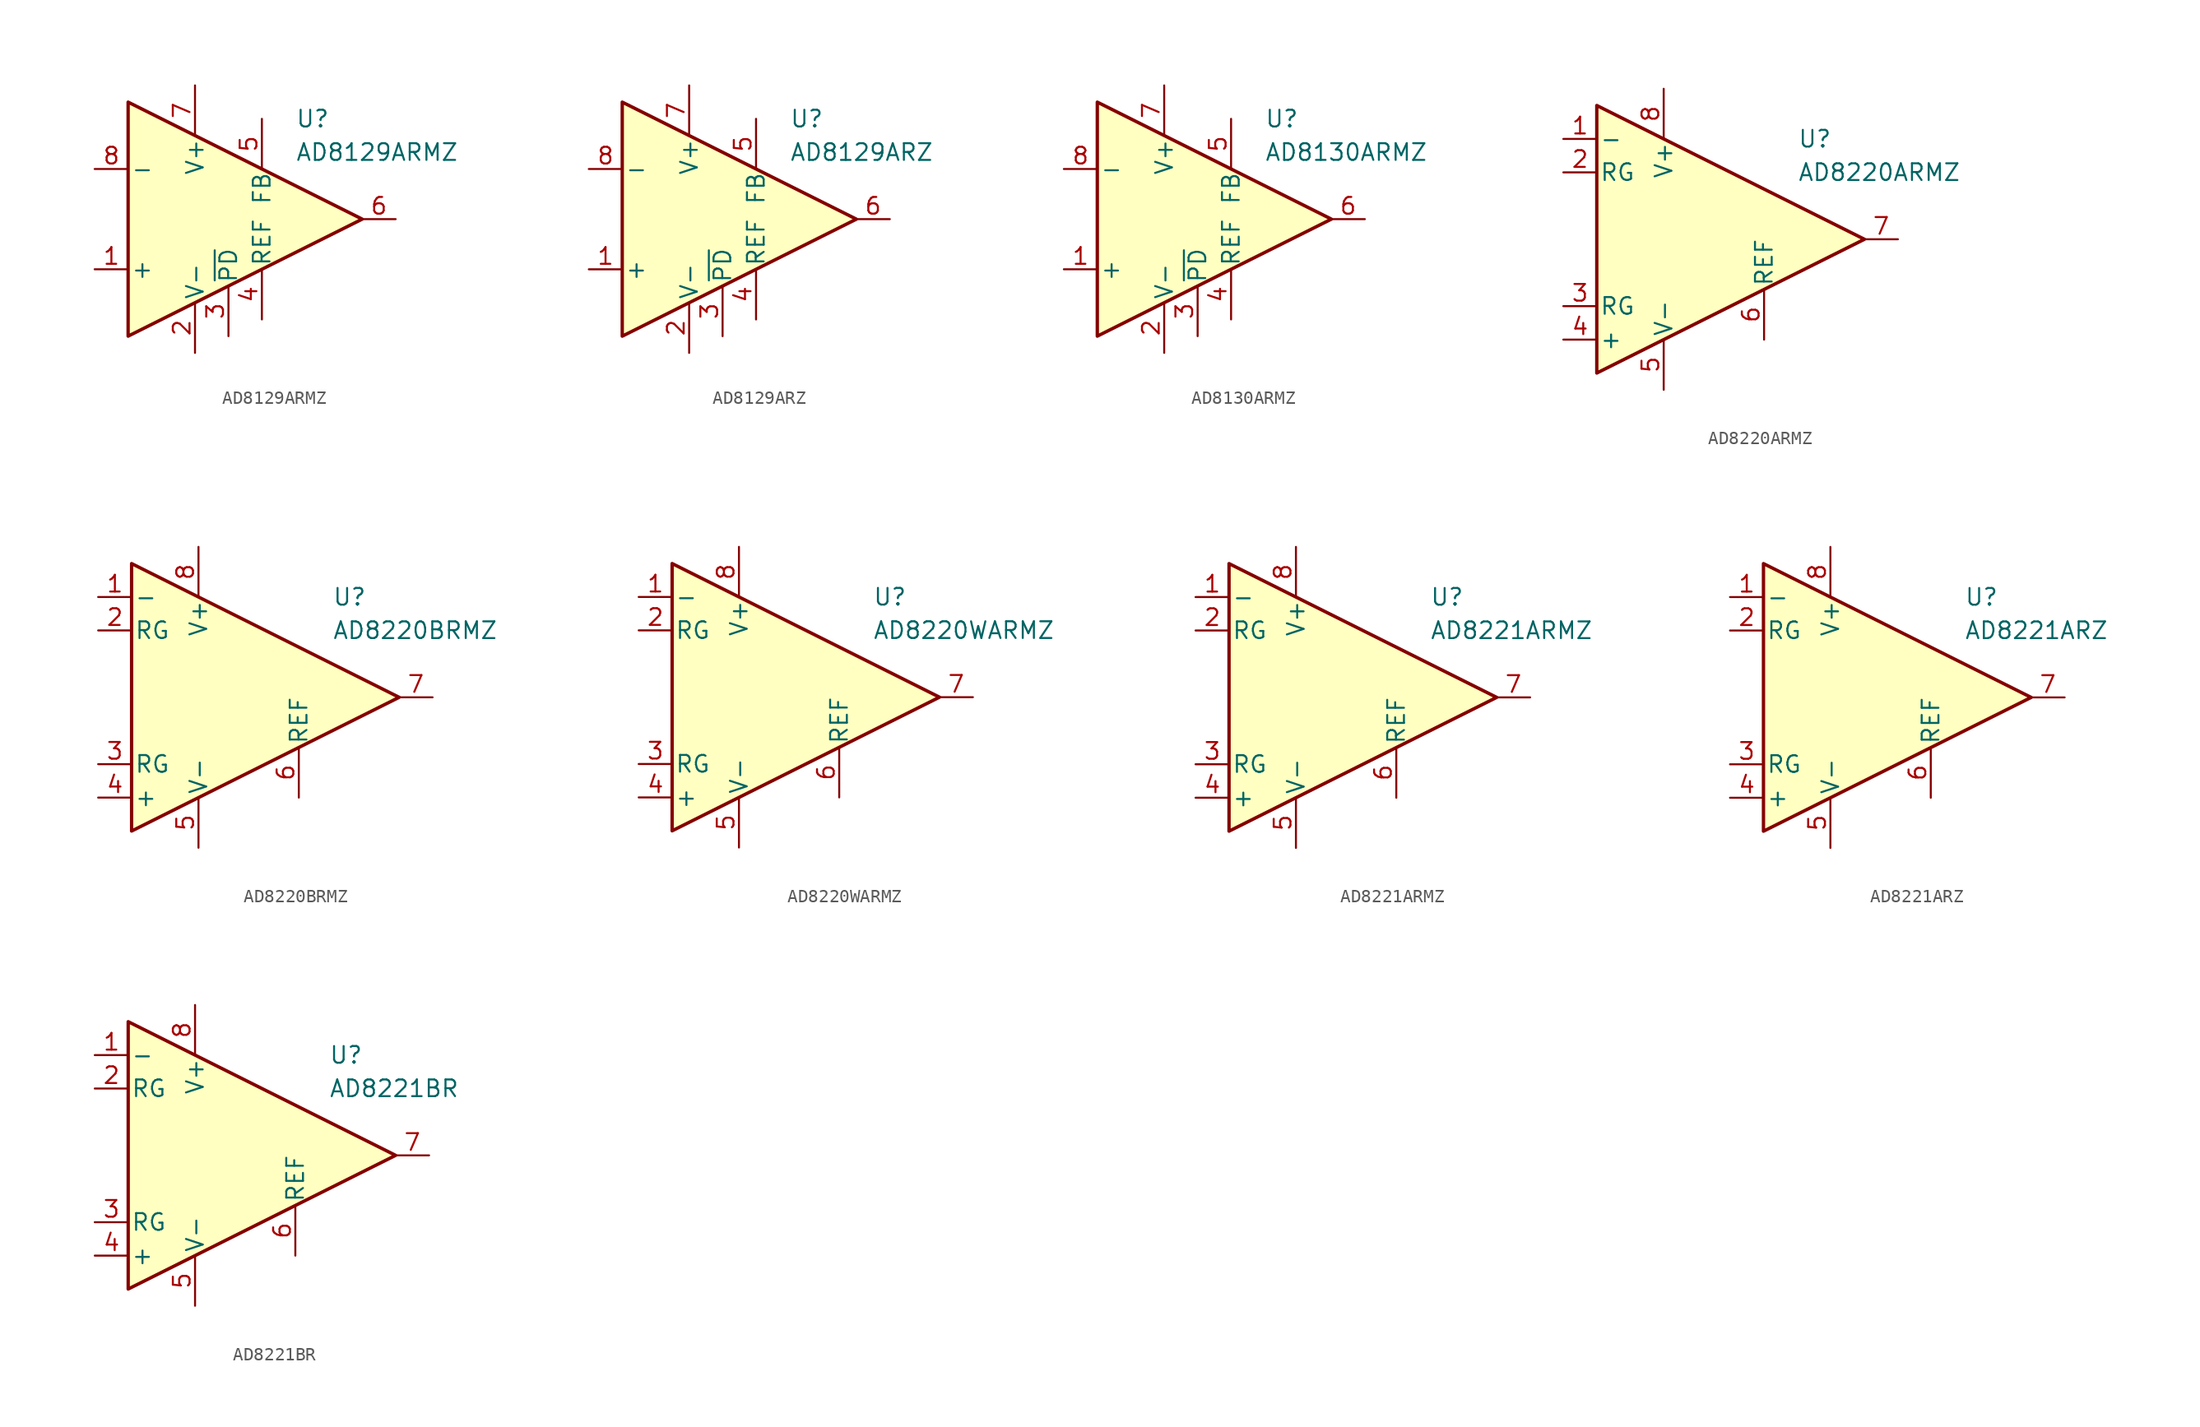
<source format=kicad_sym>
(kicad_symbol_lib
  (version 20231120)
  (generator "kicad_symbol_editor")
  (generator_version "8.0")
  (symbol "AD8129ARMZ"
    (pin_names
      (offset 0.2))
    (property "Reference" "U"
      (at 6.35 7.62 0)
      (effects (font (size 1.27 1.27)) (justify left)))
    (property "Value" "AD8129ARMZ"
      (at 6.35 5.08 0)
      (effects (font (size 1.27 1.27)) (justify left)))
    (symbol "AD8129ARMZ_0_1"
      (polyline (pts (xy -6.35 8.89) (xy -6.35 -8.89) (xy 11.43 0) (xy -6.35 8.89)) (stroke (width 0.254) (type default)) (fill (type background))))
    (symbol "AD8129ARMZ_1_1"
      (pin input line (at -8.89 -3.81 0) (length 2.54) (name "+" (effects (font (size 1.27 1.27)))) (number "1" (effects (font (size 1.27 1.27)))))
      (pin power_in line (at -1.27 -10.16 90) (length 3.81) (name "V-" (effects (font (size 1.27 1.27)))) (number "2" (effects (font (size 1.27 1.27)))))
      (pin input line (at 1.27 -8.89 90) (length 3.81) (name "~{PD}" (effects (font (size 1.27 1.27)))) (number "3" (effects (font (size 1.27 1.27)))))
      (pin input line (at 3.81 -7.62 90) (length 3.81) (name "REF" (effects (font (size 1.27 1.27)))) (number "4" (effects (font (size 1.27 1.27)))))
      (pin input line (at 3.81 7.62 270) (length 3.81) (name "FB" (effects (font (size 1.27 1.27)))) (number "5" (effects (font (size 1.27 1.27)))))
      (pin output line (at 13.97 0 180) (length 2.54) (name "~" (effects (font (size 1.27 1.27)))) (number "6" (effects (font (size 1.27 1.27)))))
      (pin power_in line (at -1.27 10.16 270) (length 3.81) (name "V+" (effects (font (size 1.27 1.27)))) (number "7" (effects (font (size 1.27 1.27)))))
      (pin input line (at -8.89 3.81 0) (length 2.54) (name "-" (effects (font (size 1.27 1.27)))) (number "8" (effects (font (size 1.27 1.27)))))))
  (symbol "AD8129ARZ"
    (pin_names
      (offset 0.2))
    (property "Reference" "U"
      (at 6.35 7.62 0)
      (effects (font (size 1.27 1.27)) (justify left)))
    (property "Value" "AD8129ARZ"
      (at 6.35 5.08 0)
      (effects (font (size 1.27 1.27)) (justify left)))
    (symbol "AD8129ARZ_0_1"
      (polyline (pts (xy -6.35 8.89) (xy -6.35 -8.89) (xy 11.43 0) (xy -6.35 8.89)) (stroke (width 0.254) (type default)) (fill (type background))))
    (symbol "AD8129ARZ_1_1"
      (pin input line (at -8.89 -3.81 0) (length 2.54) (name "+" (effects (font (size 1.27 1.27)))) (number "1" (effects (font (size 1.27 1.27)))))
      (pin power_in line (at -1.27 -10.16 90) (length 3.81) (name "V-" (effects (font (size 1.27 1.27)))) (number "2" (effects (font (size 1.27 1.27)))))
      (pin input line (at 1.27 -8.89 90) (length 3.81) (name "~{PD}" (effects (font (size 1.27 1.27)))) (number "3" (effects (font (size 1.27 1.27)))))
      (pin input line (at 3.81 -7.62 90) (length 3.81) (name "REF" (effects (font (size 1.27 1.27)))) (number "4" (effects (font (size 1.27 1.27)))))
      (pin input line (at 3.81 7.62 270) (length 3.81) (name "FB" (effects (font (size 1.27 1.27)))) (number "5" (effects (font (size 1.27 1.27)))))
      (pin output line (at 13.97 0 180) (length 2.54) (name "~" (effects (font (size 1.27 1.27)))) (number "6" (effects (font (size 1.27 1.27)))))
      (pin power_in line (at -1.27 10.16 270) (length 3.81) (name "V+" (effects (font (size 1.27 1.27)))) (number "7" (effects (font (size 1.27 1.27)))))
      (pin input line (at -8.89 3.81 0) (length 2.54) (name "-" (effects (font (size 1.27 1.27)))) (number "8" (effects (font (size 1.27 1.27)))))))
  (symbol "AD8130ARMZ"
    (pin_names
      (offset 0.2))
    (property "Reference" "U"
      (at 6.35 7.62 0)
      (effects (font (size 1.27 1.27)) (justify left)))
    (property "Value" "AD8130ARMZ"
      (at 6.35 5.08 0)
      (effects (font (size 1.27 1.27)) (justify left)))
    (symbol "AD8130ARMZ_0_1"
      (polyline (pts (xy -6.35 8.89) (xy -6.35 -8.89) (xy 11.43 0) (xy -6.35 8.89)) (stroke (width 0.254) (type default)) (fill (type background))))
    (symbol "AD8130ARMZ_1_1"
      (pin input line (at -8.89 -3.81 0) (length 2.54) (name "+" (effects (font (size 1.27 1.27)))) (number "1" (effects (font (size 1.27 1.27)))))
      (pin power_in line (at -1.27 -10.16 90) (length 3.81) (name "V-" (effects (font (size 1.27 1.27)))) (number "2" (effects (font (size 1.27 1.27)))))
      (pin input line (at 1.27 -8.89 90) (length 3.81) (name "~{PD}" (effects (font (size 1.27 1.27)))) (number "3" (effects (font (size 1.27 1.27)))))
      (pin input line (at 3.81 -7.62 90) (length 3.81) (name "REF" (effects (font (size 1.27 1.27)))) (number "4" (effects (font (size 1.27 1.27)))))
      (pin input line (at 3.81 7.62 270) (length 3.81) (name "FB" (effects (font (size 1.27 1.27)))) (number "5" (effects (font (size 1.27 1.27)))))
      (pin output line (at 13.97 0 180) (length 2.54) (name "~" (effects (font (size 1.27 1.27)))) (number "6" (effects (font (size 1.27 1.27)))))
      (pin power_in line (at -1.27 10.16 270) (length 3.81) (name "V+" (effects (font (size 1.27 1.27)))) (number "7" (effects (font (size 1.27 1.27)))))
      (pin input line (at -8.89 3.81 0) (length 2.54) (name "-" (effects (font (size 1.27 1.27)))) (number "8" (effects (font (size 1.27 1.27)))))))
  (symbol "AD8220ARMZ"
    (pin_names
      (offset 0.2))
    (property "Reference" "U"
      (at 6.35 7.62 0)
      (effects (font (size 1.27 1.27)) (justify left)))
    (property "Value" "AD8220ARMZ"
      (at 6.35 5.08 0)
      (effects (font (size 1.27 1.27)) (justify left)))
    (symbol "AD8220ARMZ_0_1"
      (polyline (pts (xy -8.89 10.16) (xy -8.89 -10.16) (xy 11.43 0) (xy -8.89 10.16)) (stroke (width 0.254) (type default)) (fill (type background))))
    (symbol "AD8220ARMZ_1_1"
      (pin input line (at -11.43 7.62 0) (length 2.54) (name "-" (effects (font (size 1.27 1.27)))) (number "1" (effects (font (size 1.27 1.27)))))
      (pin passive line (at -11.43 5.08 0) (length 2.54) (name "RG" (effects (font (size 1.27 1.27)))) (number "2" (effects (font (size 1.27 1.27)))))
      (pin passive line (at -11.43 -5.08 0) (length 2.54) (name "RG" (effects (font (size 1.27 1.27)))) (number "3" (effects (font (size 1.27 1.27)))))
      (pin input line (at -11.43 -7.62 0) (length 2.54) (name "+" (effects (font (size 1.27 1.27)))) (number "4" (effects (font (size 1.27 1.27)))))
      (pin power_in line (at -3.81 -11.43 90) (length 3.81) (name "V-" (effects (font (size 1.27 1.27)))) (number "5" (effects (font (size 1.27 1.27)))))
      (pin input line (at 3.81 -7.62 90) (length 3.81) (name "REF" (effects (font (size 1.27 1.27)))) (number "6" (effects (font (size 1.27 1.27)))))
      (pin output line (at 13.97 0 180) (length 2.54) (name "~" (effects (font (size 1.27 1.27)))) (number "7" (effects (font (size 1.27 1.27)))))
      (pin power_in line (at -3.81 11.43 270) (length 3.81) (name "V+" (effects (font (size 1.27 1.27)))) (number "8" (effects (font (size 1.27 1.27)))))))
  (symbol "AD8220BRMZ"
    (pin_names
      (offset 0.2))
    (property "Reference" "U"
      (at 6.35 7.62 0)
      (effects (font (size 1.27 1.27)) (justify left)))
    (property "Value" "AD8220BRMZ"
      (at 6.35 5.08 0)
      (effects (font (size 1.27 1.27)) (justify left)))
    (symbol "AD8220BRMZ_0_1"
      (polyline (pts (xy -8.89 10.16) (xy -8.89 -10.16) (xy 11.43 0) (xy -8.89 10.16)) (stroke (width 0.254) (type default)) (fill (type background))))
    (symbol "AD8220BRMZ_1_1"
      (pin input line (at -11.43 7.62 0) (length 2.54) (name "-" (effects (font (size 1.27 1.27)))) (number "1" (effects (font (size 1.27 1.27)))))
      (pin passive line (at -11.43 5.08 0) (length 2.54) (name "RG" (effects (font (size 1.27 1.27)))) (number "2" (effects (font (size 1.27 1.27)))))
      (pin passive line (at -11.43 -5.08 0) (length 2.54) (name "RG" (effects (font (size 1.27 1.27)))) (number "3" (effects (font (size 1.27 1.27)))))
      (pin input line (at -11.43 -7.62 0) (length 2.54) (name "+" (effects (font (size 1.27 1.27)))) (number "4" (effects (font (size 1.27 1.27)))))
      (pin power_in line (at -3.81 -11.43 90) (length 3.81) (name "V-" (effects (font (size 1.27 1.27)))) (number "5" (effects (font (size 1.27 1.27)))))
      (pin input line (at 3.81 -7.62 90) (length 3.81) (name "REF" (effects (font (size 1.27 1.27)))) (number "6" (effects (font (size 1.27 1.27)))))
      (pin output line (at 13.97 0 180) (length 2.54) (name "~" (effects (font (size 1.27 1.27)))) (number "7" (effects (font (size 1.27 1.27)))))
      (pin power_in line (at -3.81 11.43 270) (length 3.81) (name "V+" (effects (font (size 1.27 1.27)))) (number "8" (effects (font (size 1.27 1.27)))))))
  (symbol "AD8220WARMZ"
    (pin_names
      (offset 0.2))
    (property "Reference" "U"
      (at 6.35 7.62 0)
      (effects (font (size 1.27 1.27)) (justify left)))
    (property "Value" "AD8220WARMZ"
      (at 6.35 5.08 0)
      (effects (font (size 1.27 1.27)) (justify left)))
    (symbol "AD8220WARMZ_0_1"
      (polyline (pts (xy -8.89 10.16) (xy -8.89 -10.16) (xy 11.43 0) (xy -8.89 10.16)) (stroke (width 0.254) (type default)) (fill (type background))))
    (symbol "AD8220WARMZ_1_1"
      (pin input line (at -11.43 7.62 0) (length 2.54) (name "-" (effects (font (size 1.27 1.27)))) (number "1" (effects (font (size 1.27 1.27)))))
      (pin passive line (at -11.43 5.08 0) (length 2.54) (name "RG" (effects (font (size 1.27 1.27)))) (number "2" (effects (font (size 1.27 1.27)))))
      (pin passive line (at -11.43 -5.08 0) (length 2.54) (name "RG" (effects (font (size 1.27 1.27)))) (number "3" (effects (font (size 1.27 1.27)))))
      (pin input line (at -11.43 -7.62 0) (length 2.54) (name "+" (effects (font (size 1.27 1.27)))) (number "4" (effects (font (size 1.27 1.27)))))
      (pin power_in line (at -3.81 -11.43 90) (length 3.81) (name "V-" (effects (font (size 1.27 1.27)))) (number "5" (effects (font (size 1.27 1.27)))))
      (pin input line (at 3.81 -7.62 90) (length 3.81) (name "REF" (effects (font (size 1.27 1.27)))) (number "6" (effects (font (size 1.27 1.27)))))
      (pin output line (at 13.97 0 180) (length 2.54) (name "~" (effects (font (size 1.27 1.27)))) (number "7" (effects (font (size 1.27 1.27)))))
      (pin power_in line (at -3.81 11.43 270) (length 3.81) (name "V+" (effects (font (size 1.27 1.27)))) (number "8" (effects (font (size 1.27 1.27)))))))
  (symbol "AD8221ARMZ"
    (pin_names
      (offset 0.2))
    (property "Reference" "U"
      (at 6.35 7.62 0)
      (effects (font (size 1.27 1.27)) (justify left)))
    (property "Value" "AD8221ARMZ"
      (at 6.35 5.08 0)
      (effects (font (size 1.27 1.27)) (justify left)))
    (symbol "AD8221ARMZ_0_1"
      (polyline (pts (xy -8.89 10.16) (xy -8.89 -10.16) (xy 11.43 0) (xy -8.89 10.16)) (stroke (width 0.254) (type default)) (fill (type background))))
    (symbol "AD8221ARMZ_1_1"
      (pin input line (at -11.43 7.62 0) (length 2.54) (name "-" (effects (font (size 1.27 1.27)))) (number "1" (effects (font (size 1.27 1.27)))))
      (pin passive line (at -11.43 5.08 0) (length 2.54) (name "RG" (effects (font (size 1.27 1.27)))) (number "2" (effects (font (size 1.27 1.27)))))
      (pin passive line (at -11.43 -5.08 0) (length 2.54) (name "RG" (effects (font (size 1.27 1.27)))) (number "3" (effects (font (size 1.27 1.27)))))
      (pin input line (at -11.43 -7.62 0) (length 2.54) (name "+" (effects (font (size 1.27 1.27)))) (number "4" (effects (font (size 1.27 1.27)))))
      (pin power_in line (at -3.81 -11.43 90) (length 3.81) (name "V-" (effects (font (size 1.27 1.27)))) (number "5" (effects (font (size 1.27 1.27)))))
      (pin input line (at 3.81 -7.62 90) (length 3.81) (name "REF" (effects (font (size 1.27 1.27)))) (number "6" (effects (font (size 1.27 1.27)))))
      (pin output line (at 13.97 0 180) (length 2.54) (name "~" (effects (font (size 1.27 1.27)))) (number "7" (effects (font (size 1.27 1.27)))))
      (pin power_in line (at -3.81 11.43 270) (length 3.81) (name "V+" (effects (font (size 1.27 1.27)))) (number "8" (effects (font (size 1.27 1.27)))))))
  (symbol "AD8221ARZ"
    (pin_names
      (offset 0.2))
    (property "Reference" "U"
      (at 6.35 7.62 0)
      (effects (font (size 1.27 1.27)) (justify left)))
    (property "Value" "AD8221ARZ"
      (at 6.35 5.08 0)
      (effects (font (size 1.27 1.27)) (justify left)))
    (symbol "AD8221ARZ_0_1"
      (polyline (pts (xy -8.89 10.16) (xy -8.89 -10.16) (xy 11.43 0) (xy -8.89 10.16)) (stroke (width 0.254) (type default)) (fill (type background))))
    (symbol "AD8221ARZ_1_1"
      (pin input line (at -11.43 7.62 0) (length 2.54) (name "-" (effects (font (size 1.27 1.27)))) (number "1" (effects (font (size 1.27 1.27)))))
      (pin passive line (at -11.43 5.08 0) (length 2.54) (name "RG" (effects (font (size 1.27 1.27)))) (number "2" (effects (font (size 1.27 1.27)))))
      (pin passive line (at -11.43 -5.08 0) (length 2.54) (name "RG" (effects (font (size 1.27 1.27)))) (number "3" (effects (font (size 1.27 1.27)))))
      (pin input line (at -11.43 -7.62 0) (length 2.54) (name "+" (effects (font (size 1.27 1.27)))) (number "4" (effects (font (size 1.27 1.27)))))
      (pin power_in line (at -3.81 -11.43 90) (length 3.81) (name "V-" (effects (font (size 1.27 1.27)))) (number "5" (effects (font (size 1.27 1.27)))))
      (pin input line (at 3.81 -7.62 90) (length 3.81) (name "REF" (effects (font (size 1.27 1.27)))) (number "6" (effects (font (size 1.27 1.27)))))
      (pin output line (at 13.97 0 180) (length 2.54) (name "~" (effects (font (size 1.27 1.27)))) (number "7" (effects (font (size 1.27 1.27)))))
      (pin power_in line (at -3.81 11.43 270) (length 3.81) (name "V+" (effects (font (size 1.27 1.27)))) (number "8" (effects (font (size 1.27 1.27)))))))
  (symbol "AD8221BR"
    (pin_names
      (offset 0.2))
    (property "Reference" "U"
      (at 6.35 7.62 0)
      (effects (font (size 1.27 1.27)) (justify left)))
    (property "Value" "AD8221BR"
      (at 6.35 5.08 0)
      (effects (font (size 1.27 1.27)) (justify left)))
    (symbol "AD8221BR_0_1"
      (polyline (pts (xy -8.89 10.16) (xy -8.89 -10.16) (xy 11.43 0) (xy -8.89 10.16)) (stroke (width 0.254) (type default)) (fill (type background))))
    (symbol "AD8221BR_1_1"
      (pin input line (at -11.43 7.62 0) (length 2.54) (name "-" (effects (font (size 1.27 1.27)))) (number "1" (effects (font (size 1.27 1.27)))))
      (pin passive line (at -11.43 5.08 0) (length 2.54) (name "RG" (effects (font (size 1.27 1.27)))) (number "2" (effects (font (size 1.27 1.27)))))
      (pin passive line (at -11.43 -5.08 0) (length 2.54) (name "RG" (effects (font (size 1.27 1.27)))) (number "3" (effects (font (size 1.27 1.27)))))
      (pin input line (at -11.43 -7.62 0) (length 2.54) (name "+" (effects (font (size 1.27 1.27)))) (number "4" (effects (font (size 1.27 1.27)))))
      (pin power_in line (at -3.81 -11.43 90) (length 3.81) (name "V-" (effects (font (size 1.27 1.27)))) (number "5" (effects (font (size 1.27 1.27)))))
      (pin input line (at 3.81 -7.62 90) (length 3.81) (name "REF" (effects (font (size 1.27 1.27)))) (number "6" (effects (font (size 1.27 1.27)))))
      (pin output line (at 13.97 0 180) (length 2.54) (name "~" (effects (font (size 1.27 1.27)))) (number "7" (effects (font (size 1.27 1.27)))))
      (pin power_in line (at -3.81 11.43 270) (length 3.81) (name "V+" (effects (font (size 1.27 1.27)))) (number "8" (effects (font (size 1.27 1.27))))))))
</source>
